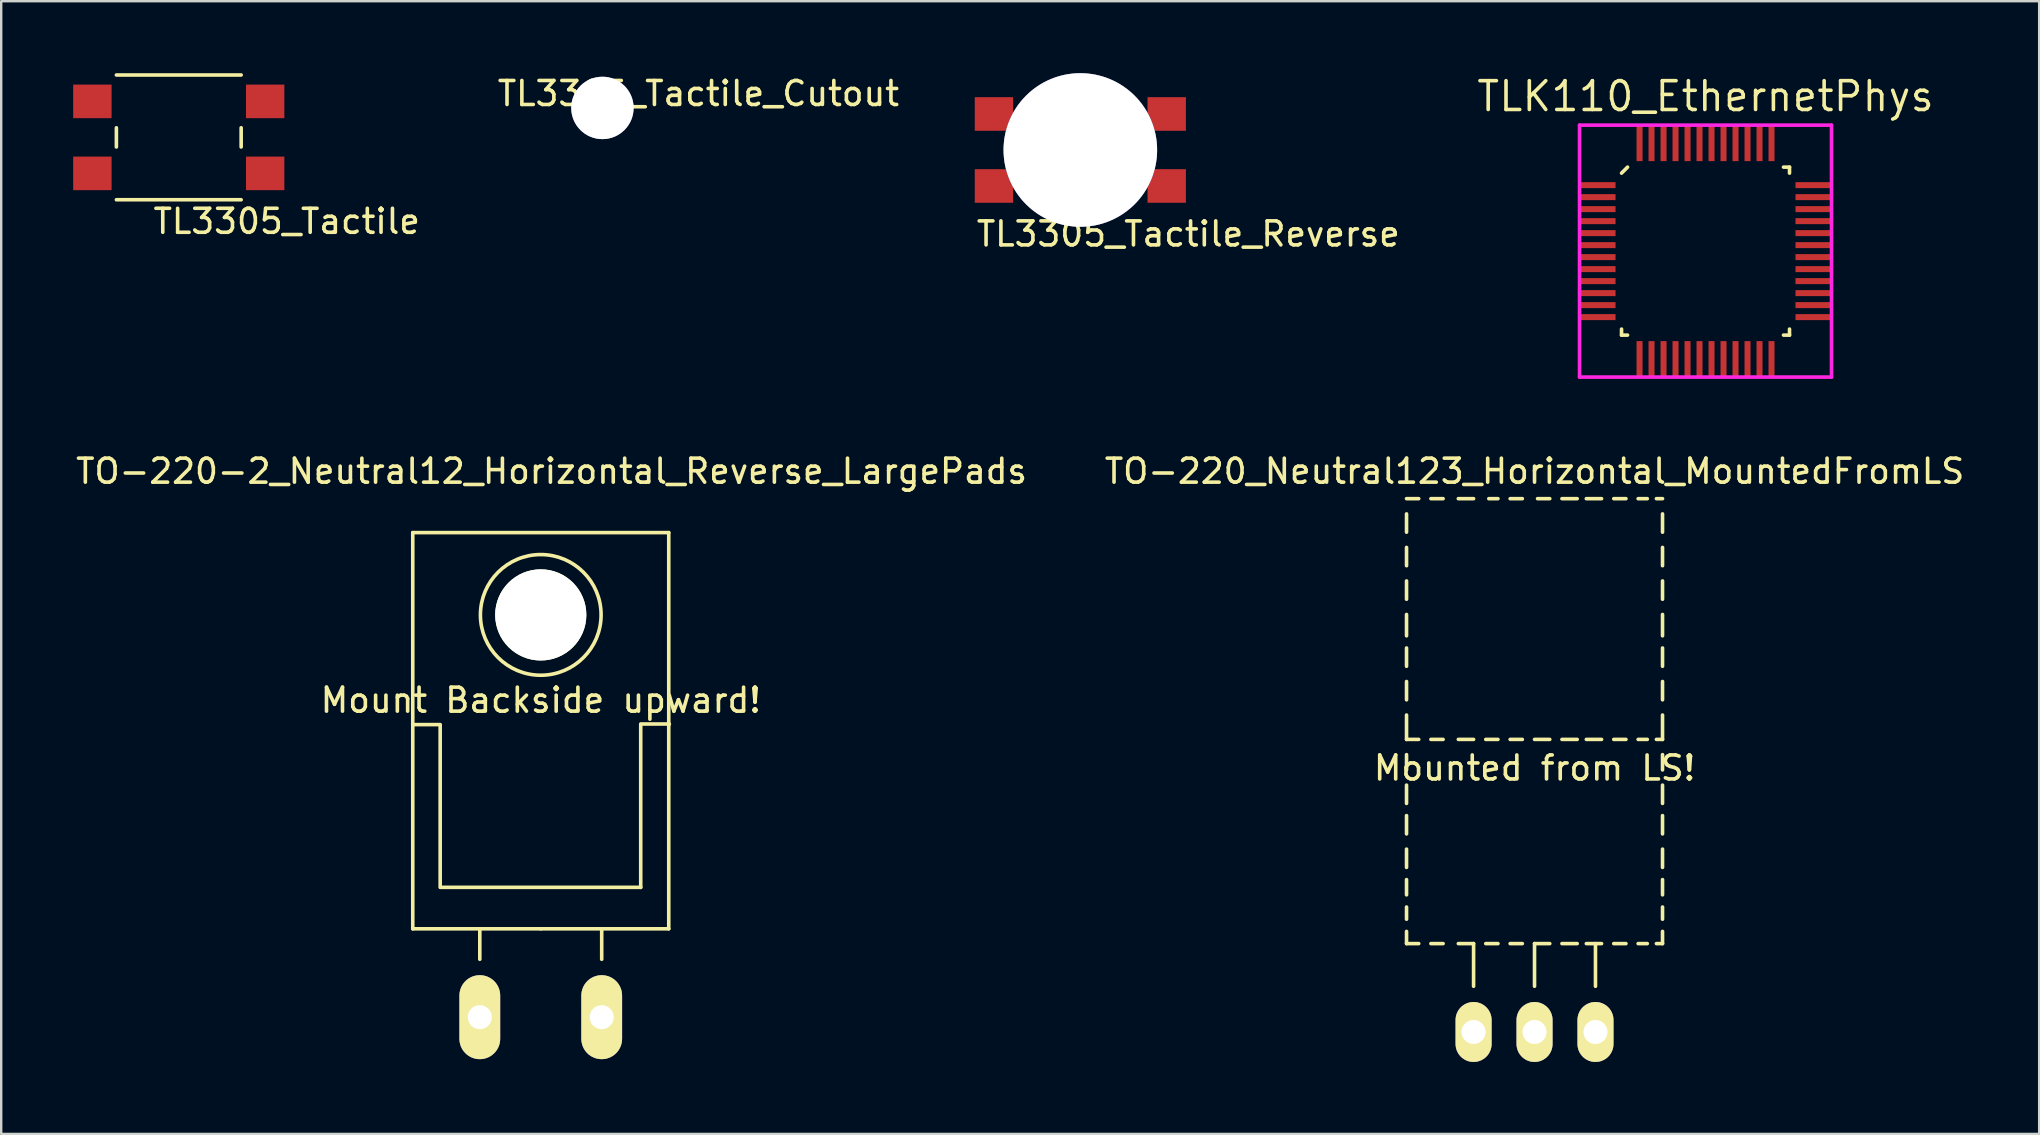
<source format=kicad_pcb>
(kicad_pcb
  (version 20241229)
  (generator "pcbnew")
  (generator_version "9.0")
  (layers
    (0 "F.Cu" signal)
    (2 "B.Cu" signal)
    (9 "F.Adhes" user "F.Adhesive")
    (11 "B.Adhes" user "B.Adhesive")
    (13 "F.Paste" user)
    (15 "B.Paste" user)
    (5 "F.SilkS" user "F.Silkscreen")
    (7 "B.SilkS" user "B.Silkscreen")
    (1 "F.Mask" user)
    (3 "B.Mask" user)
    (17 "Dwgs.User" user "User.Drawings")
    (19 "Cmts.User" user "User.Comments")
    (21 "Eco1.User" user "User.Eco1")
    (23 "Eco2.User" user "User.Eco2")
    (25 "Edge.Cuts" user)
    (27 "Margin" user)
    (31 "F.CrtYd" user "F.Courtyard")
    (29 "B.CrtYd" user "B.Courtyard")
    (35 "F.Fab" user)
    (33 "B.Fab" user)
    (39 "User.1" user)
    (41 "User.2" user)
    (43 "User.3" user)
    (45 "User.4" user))
  (footprint "TO-220_Neutral123_Horizontal_MountedFromLS"
    (layer "F.Cu")
    (at 60.899 39.956)
    (property "Reference" "TO-220_Neutral123_Horizontal_MountedFromLS" (at 0 -23.368 0) (layer "F.SilkS") (effects (font (size 1 1) (thickness 0.15))))
    (attr through_hole)
    (fp_line (start -5.334 -22.225) (end -4.826 -22.225) (stroke (width 0.15) (type solid)) (layer "F.SilkS"))
    (fp_line (start -5.334 -21.59) (end -5.334 -20.828) (stroke (width 0.15) (type solid)) (layer "F.SilkS"))
    (fp_line (start -5.334 -20.193) (end -5.334 -19.431) (stroke (width 0.15) (type solid)) (layer "F.SilkS"))
    (fp_line (start -5.334 -18.796) (end -5.334 -18.034) (stroke (width 0.15) (type solid)) (layer "F.SilkS"))
    (fp_line (start -5.334 -17.399) (end -5.334 -16.51) (stroke (width 0.15) (type solid)) (layer "F.SilkS"))
    (fp_line (start -5.334 -16.002) (end -5.334 -15.24) (stroke (width 0.15) (type solid)) (layer "F.SilkS"))
    (fp_line (start -5.334 -14.605) (end -5.334 -13.843) (stroke (width 0.15) (type solid)) (layer "F.SilkS"))
    (fp_line (start -5.334 -13.208) (end -5.334 -12.192) (stroke (width 0.15) (type solid)) (layer "F.SilkS"))
    (fp_line (start -5.334 -12.192) (end -4.826 -12.192) (stroke (width 0.15) (type solid)) (layer "F.SilkS"))
    (fp_line (start -5.334 -11.557) (end -5.334 -10.922) (stroke (width 0.15) (type solid)) (layer "F.SilkS"))
    (fp_line (start -5.334 -10.287) (end -5.334 -9.525) (stroke (width 0.15) (type solid)) (layer "F.SilkS"))
    (fp_line (start -5.334 -9.017) (end -5.334 -8.255) (stroke (width 0.15) (type solid)) (layer "F.SilkS"))
    (fp_line (start -5.334 -7.62) (end -5.334 -6.858) (stroke (width 0.15) (type solid)) (layer "F.SilkS"))
    (fp_line (start -5.334 -6.35) (end -5.334 -5.715) (stroke (width 0.15) (type solid)) (layer "F.SilkS"))
    (fp_line (start -5.334 -5.207) (end -5.334 -4.699) (stroke (width 0.15) (type solid)) (layer "F.SilkS"))
    (fp_line (start -5.334 -4.191) (end -5.334 -3.683) (stroke (width 0.15) (type solid)) (layer "F.SilkS"))
    (fp_line (start -5.334 -3.683) (end -4.826 -3.683) (stroke (width 0.15) (type solid)) (layer "F.SilkS"))
    (fp_line (start -4.318 -22.225) (end -3.81 -22.225) (stroke (width 0.15) (type solid)) (layer "F.SilkS"))
    (fp_line (start -4.318 -12.192) (end -3.81 -12.192) (stroke (width 0.15) (type solid)) (layer "F.SilkS"))
    (fp_line (start -4.318 -3.683) (end -3.81 -3.683) (stroke (width 0.15) (type solid)) (layer "F.SilkS"))
    (fp_line (start -3.175 -22.225) (end -2.54 -22.225) (stroke (width 0.15) (type solid)) (layer "F.SilkS"))
    (fp_line (start -3.175 -12.192) (end -2.54 -12.192) (stroke (width 0.15) (type solid)) (layer "F.SilkS"))
    (fp_line (start -3.175 -3.683) (end -2.54 -3.683) (stroke (width 0.15) (type solid)) (layer "F.SilkS"))
    (fp_line (start -2.54 -3.683) (end -2.54 -1.905) (stroke (width 0.15) (type solid)) (layer "F.SilkS"))
    (fp_line (start -2.032 -12.192) (end -1.524 -12.192) (stroke (width 0.15) (type solid)) (layer "F.SilkS"))
    (fp_line (start -2.032 -3.683) (end -1.524 -3.683) (stroke (width 0.15) (type solid)) (layer "F.SilkS"))
    (fp_line (start -1.905 -22.225) (end -1.524 -22.225) (stroke (width 0.15) (type solid)) (layer "F.SilkS"))
    (fp_line (start -1.016 -22.225) (end -0.508 -22.225) (stroke (width 0.15) (type solid)) (layer "F.SilkS"))
    (fp_line (start -1.016 -12.192) (end -0.508 -12.192) (stroke (width 0.15) (type solid)) (layer "F.SilkS"))
    (fp_line (start -1.016 -3.683) (end -0.508 -3.683) (stroke (width 0.15) (type solid)) (layer "F.SilkS"))
    (fp_line (start 0 -12.192) (end 0.635 -12.192) (stroke (width 0.15) (type solid)) (layer "F.SilkS"))
    (fp_line (start 0 -3.683) (end 0 -1.905) (stroke (width 0.15) (type solid)) (layer "F.SilkS"))
    (fp_line (start 0 -3.683) (end 0.635 -3.683) (stroke (width 0.15) (type solid)) (layer "F.SilkS"))
    (fp_line (start 0.127 -22.225) (end 0.635 -22.225) (stroke (width 0.15) (type solid)) (layer "F.SilkS"))
    (fp_line (start 1.143 -22.225) (end 1.778 -22.225) (stroke (width 0.15) (type solid)) (layer "F.SilkS"))
    (fp_line (start 1.143 -12.192) (end 1.778 -12.192) (stroke (width 0.15) (type solid)) (layer "F.SilkS"))
    (fp_line (start 1.143 -3.683) (end 1.778 -3.683) (stroke (width 0.15) (type solid)) (layer "F.SilkS"))
    (fp_line (start 2.159 -22.225) (end 2.794 -22.225) (stroke (width 0.15) (type solid)) (layer "F.SilkS"))
    (fp_line (start 2.159 -12.192) (end 2.794 -12.192) (stroke (width 0.15) (type solid)) (layer "F.SilkS"))
    (fp_line (start 2.159 -3.683) (end 2.794 -3.683) (stroke (width 0.15) (type solid)) (layer "F.SilkS"))
    (fp_line (start 2.54 -3.683) (end 2.54 -1.905) (stroke (width 0.15) (type solid)) (layer "F.SilkS"))
    (fp_line (start 3.302 -22.225) (end 3.81 -22.225) (stroke (width 0.15) (type solid)) (layer "F.SilkS"))
    (fp_line (start 3.302 -12.192) (end 3.81 -12.192) (stroke (width 0.15) (type solid)) (layer "F.SilkS"))
    (fp_line (start 3.302 -3.683) (end 3.81 -3.683) (stroke (width 0.15) (type solid)) (layer "F.SilkS"))
    (fp_line (start 4.318 -22.225) (end 4.699 -22.225) (stroke (width 0.15) (type solid)) (layer "F.SilkS"))
    (fp_line (start 4.318 -12.192) (end 4.699 -12.192) (stroke (width 0.15) (type solid)) (layer "F.SilkS"))
    (fp_line (start 4.318 -3.683) (end 4.699 -3.683) (stroke (width 0.15) (type solid)) (layer "F.SilkS"))
    (fp_line (start 5.08 -22.225) (end 5.334 -22.225) (stroke (width 0.15) (type solid)) (layer "F.SilkS"))
    (fp_line (start 5.08 -12.192) (end 5.334 -12.192) (stroke (width 0.15) (type solid)) (layer "F.SilkS"))
    (fp_line (start 5.08 -3.683) (end 5.334 -3.683) (stroke (width 0.15) (type solid)) (layer "F.SilkS"))
    (fp_line (start 5.334 -21.59) (end 5.334 -20.828) (stroke (width 0.15) (type solid)) (layer "F.SilkS"))
    (fp_line (start 5.334 -20.193) (end 5.334 -19.431) (stroke (width 0.15) (type solid)) (layer "F.SilkS"))
    (fp_line (start 5.334 -18.796) (end 5.334 -18.034) (stroke (width 0.15) (type solid)) (layer "F.SilkS"))
    (fp_line (start 5.334 -17.399) (end 5.334 -16.51) (stroke (width 0.15) (type solid)) (layer "F.SilkS"))
    (fp_line (start 5.334 -16.002) (end 5.334 -15.24) (stroke (width 0.15) (type solid)) (layer "F.SilkS"))
    (fp_line (start 5.334 -14.605) (end 5.334 -13.843) (stroke (width 0.15) (type solid)) (layer "F.SilkS"))
    (fp_line (start 5.334 -13.208) (end 5.334 -12.192) (stroke (width 0.15) (type solid)) (layer "F.SilkS"))
    (fp_line (start 5.334 -11.557) (end 5.334 -10.922) (stroke (width 0.15) (type solid)) (layer "F.SilkS"))
    (fp_line (start 5.334 -10.287) (end 5.334 -9.525) (stroke (width 0.15) (type solid)) (layer "F.SilkS"))
    (fp_line (start 5.334 -9.017) (end 5.334 -8.255) (stroke (width 0.15) (type solid)) (layer "F.SilkS"))
    (fp_line (start 5.334 -7.62) (end 5.334 -6.858) (stroke (width 0.15) (type solid)) (layer "F.SilkS"))
    (fp_line (start 5.334 -6.35) (end 5.334 -5.715) (stroke (width 0.15) (type solid)) (layer "F.SilkS"))
    (fp_line (start 5.334 -5.207) (end 5.334 -4.699) (stroke (width 0.15) (type solid)) (layer "F.SilkS"))
    (fp_line (start 5.334 -4.191) (end 5.334 -3.683) (stroke (width 0.15) (type solid)) (layer "F.SilkS"))
    (fp_text user "Mounted from LS!" (at 0 -11 0) (layer "F.SilkS") (effects (font (size 1 1) (thickness 0.15))))
    (pad "1" thru_hole oval (at 2.54 0 90) (size 2.499 1.501) (drill 1.001) (layers "*.Cu" "*.Mask" "F.SilkS"))
    (pad "2" thru_hole oval (at 0 0 90) (size 2.499 1.501) (drill 1.001) (layers "*.Cu" "*.Mask" "F.SilkS"))
    (pad "3" thru_hole oval (at -2.54 0 90) (size 2.499 1.501) (drill 1.001) (layers "*.Cu" "*.Mask" "F.SilkS")))
  (footprint "TL3305_Tactile"
    (layer "F.Cu")
    (at 4.4 2.675)
    (property "Reference" "TL3305_Tactile" (at 4.5 3.5 0) (layer "F.SilkS") (effects (font (size 1 1) (thickness 0.15))))
    (attr through_hole)
    (fp_line (start -2.6 -2.6) (end 2.6 -2.6) (stroke (width 0.15) (type solid)) (layer "F.SilkS"))
    (fp_line (start -2.6 -0.4) (end -2.6 0.4) (stroke (width 0.15) (type solid)) (layer "F.SilkS"))
    (fp_line (start -2.6 2.6) (end 2.6 2.6) (stroke (width 0.15) (type solid)) (layer "F.SilkS"))
    (fp_line (start 2.6 -0.4) (end 2.6 0.4) (stroke (width 0.15) (type solid)) (layer "F.SilkS"))
    (pad "1" smd rect (at -3.6 1.5) (size 1.6 1.4) (layers "F.Cu" "F.Mask" "F.Paste"))
    (pad "1" smd rect (at 3.6 1.5) (size 1.6 1.4) (layers "F.Cu" "F.Mask" "F.Paste"))
    (pad "2" smd rect (at -3.6 -1.5) (size 1.6 1.4) (layers "F.Cu" "F.Mask" "F.Paste"))
    (pad "2" smd rect (at 3.6 -1.5) (size 1.6 1.4) (layers "F.Cu" "F.Mask" "F.Paste")))
  (footprint "TL3305_Tactile_Reverse"
    (layer "F.Cu")
    (at 41.971 3.2)
    (property "Reference" "TL3305_Tactile_Reverse" (at 4.5 3.5 0) (layer "F.SilkS") (effects (font (size 1 1) (thickness 0.15))))
    (attr through_hole)
    (pad "" thru_hole circle (at 0 0) (size 6.4 6.4) (drill 6.4) (layers "*.Cu" "*.Mask"))
    (pad "1" smd rect (at -3.6 1.5) (size 1.6 1.4) (layers "F.Cu" "F.Mask" "F.Paste"))
    (pad "1" smd rect (at 3.6 1.5) (size 1.6 1.4) (layers "F.Cu" "F.Mask" "F.Paste"))
    (pad "2" smd rect (at -3.6 -1.5) (size 1.6 1.4) (layers "F.Cu" "F.Mask" "F.Paste"))
    (pad "2" smd rect (at 3.6 -1.5) (size 1.6 1.4) (layers "F.Cu" "F.Mask" "F.Paste")))
  (footprint "TLK110_EthernetPhys"
    (layer "F.Cu")
    (at 68.025 7.415)
    (property "Reference" "TLK110_EthernetPhys" (at 0 -6.45 0) (layer "F.SilkS") (effects (font (size 1.2 1.2) (thickness 0.15))))
    (attr through_hole)
    (fp_line (start -3.5 -3.25) (end -3.25 -3.5) (stroke (width 0.15) (type solid)) (layer "F.SilkS"))
    (fp_line (start -3.5 3.5) (end -3.5 3.25) (stroke (width 0.15) (type solid)) (layer "F.SilkS"))
    (fp_line (start -3.25 3.5) (end -3.5 3.5) (stroke (width 0.15) (type solid)) (layer "F.SilkS"))
    (fp_line (start 3.25 -3.5) (end 3.5 -3.5) (stroke (width 0.15) (type solid)) (layer "F.SilkS"))
    (fp_line (start 3.25 3.5) (end 3.5 3.5) (stroke (width 0.15) (type solid)) (layer "F.SilkS"))
    (fp_line (start 3.5 -3.5) (end 3.5 -3.25) (stroke (width 0.15) (type solid)) (layer "F.SilkS"))
    (fp_line (start 3.5 3.5) (end 3.5 3.25) (stroke (width 0.15) (type solid)) (layer "F.SilkS"))
    (fp_line (start -5.25 -5.25) (end 5.25 -5.25) (stroke (width 0.15) (type solid)) (layer "F.CrtYd"))
    (fp_line (start -5.25 5.25) (end -5.25 -5.25) (stroke (width 0.15) (type solid)) (layer "F.CrtYd"))
    (fp_line (start 5.25 -5.25) (end 5.25 5.25) (stroke (width 0.15) (type solid)) (layer "F.CrtYd"))
    (fp_line (start 5.25 5.25) (end -5.25 5.25) (stroke (width 0.15) (type solid)) (layer "F.CrtYd"))
    (pad "1" smd rect (at -4.5 -2.75 90) (size 0.25 1.5) (layers "F.Cu" "F.Mask" "F.Paste"))
    (pad "2" smd rect (at -4.5 -2.25 90) (size 0.25 1.5) (layers "F.Cu" "F.Mask" "F.Paste"))
    (pad "3" smd rect (at -4.5 -1.75 90) (size 0.25 1.5) (layers "F.Cu" "F.Mask" "F.Paste"))
    (pad "4" smd rect (at -4.5 -1.25 90) (size 0.25 1.5) (layers "F.Cu" "F.Mask" "F.Paste"))
    (pad "5" smd rect (at -4.5 -0.75 90) (size 0.25 1.5) (layers "F.Cu" "F.Mask" "F.Paste"))
    (pad "6" smd rect (at -4.5 -0.25 90) (size 0.25 1.5) (layers "F.Cu" "F.Mask" "F.Paste"))
    (pad "7" smd rect (at -4.5 0.25 90) (size 0.25 1.5) (layers "F.Cu" "F.Mask" "F.Paste"))
    (pad "8" smd rect (at -4.5 0.75 90) (size 0.25 1.5) (layers "F.Cu" "F.Mask" "F.Paste"))
    (pad "9" smd rect (at -4.5 1.25 90) (size 0.25 1.5) (layers "F.Cu" "F.Mask" "F.Paste"))
    (pad "10" smd rect (at -4.5 1.75 90) (size 0.25 1.5) (layers "F.Cu" "F.Mask" "F.Paste"))
    (pad "11" smd rect (at -4.5 2.25 90) (size 0.25 1.5) (layers "F.Cu" "F.Mask" "F.Paste"))
    (pad "12" smd rect (at -4.5 2.75 90) (size 0.25 1.5) (layers "F.Cu" "F.Mask" "F.Paste"))
    (pad "13" smd rect (at -2.75 4.5) (size 0.25 1.5) (layers "F.Cu" "F.Mask" "F.Paste"))
    (pad "14" smd rect (at -2.25 4.5) (size 0.25 1.5) (layers "F.Cu" "F.Mask" "F.Paste"))
    (pad "15" smd rect (at -1.75 4.5) (size 0.25 1.5) (layers "F.Cu" "F.Mask" "F.Paste"))
    (pad "16" smd rect (at -1.25 4.5) (size 0.25 1.5) (layers "F.Cu" "F.Mask" "F.Paste"))
    (pad "17" smd rect (at -0.75 4.5) (size 0.25 1.5) (layers "F.Cu" "F.Mask" "F.Paste"))
    (pad "18" smd rect (at -0.25 4.5) (size 0.25 1.5) (layers "F.Cu" "F.Mask" "F.Paste"))
    (pad "19" smd rect (at 0.25 4.5) (size 0.25 1.5) (layers "F.Cu" "F.Mask" "F.Paste"))
    (pad "20" smd rect (at 0.75 4.5) (size 0.25 1.5) (layers "F.Cu" "F.Mask" "F.Paste"))
    (pad "21" smd rect (at 1.25 4.5) (size 0.25 1.5) (layers "F.Cu" "F.Mask" "F.Paste"))
    (pad "22" smd rect (at 1.75 4.5) (size 0.25 1.5) (layers "F.Cu" "F.Mask" "F.Paste"))
    (pad "23" smd rect (at 2.25 4.5) (size 0.25 1.5) (layers "F.Cu" "F.Mask" "F.Paste"))
    (pad "24" smd rect (at 2.75 4.5) (size 0.25 1.5) (layers "F.Cu" "F.Mask" "F.Paste"))
    (pad "25" smd rect (at 4.5 2.75 90) (size 0.25 1.5) (layers "F.Cu" "F.Mask" "F.Paste"))
    (pad "26" smd rect (at 4.5 2.25 90) (size 0.25 1.5) (layers "F.Cu" "F.Mask" "F.Paste"))
    (pad "27" smd rect (at 4.5 1.75 90) (size 0.25 1.5) (layers "F.Cu" "F.Mask" "F.Paste"))
    (pad "28" smd rect (at 4.5 1.25 90) (size 0.25 1.5) (layers "F.Cu" "F.Mask" "F.Paste"))
    (pad "29" smd rect (at 4.5 0.75 90) (size 0.25 1.5) (layers "F.Cu" "F.Mask" "F.Paste"))
    (pad "30" smd rect (at 4.5 0.25 90) (size 0.25 1.5) (layers "F.Cu" "F.Mask" "F.Paste"))
    (pad "31" smd rect (at 4.5 -0.25 90) (size 0.25 1.5) (layers "F.Cu" "F.Mask" "F.Paste"))
    (pad "32" smd rect (at 4.5 -0.75 90) (size 0.25 1.5) (layers "F.Cu" "F.Mask" "F.Paste"))
    (pad "33" smd rect (at 4.5 -1.25 90) (size 0.25 1.5) (layers "F.Cu" "F.Mask" "F.Paste"))
    (pad "34" smd rect (at 4.5 -1.75 90) (size 0.25 1.5) (layers "F.Cu" "F.Mask" "F.Paste"))
    (pad "35" smd rect (at 4.5 -2.25 90) (size 0.25 1.5) (layers "F.Cu" "F.Mask" "F.Paste"))
    (pad "36" smd rect (at 4.5 -2.75 90) (size 0.25 1.5) (layers "F.Cu" "F.Mask" "F.Paste"))
    (pad "37" smd rect (at 2.75 -4.5) (size 0.25 1.5) (layers "F.Cu" "F.Mask" "F.Paste"))
    (pad "38" smd rect (at 2.25 -4.5) (size 0.25 1.5) (layers "F.Cu" "F.Mask" "F.Paste"))
    (pad "39" smd rect (at 1.75 -4.5) (size 0.25 1.5) (layers "F.Cu" "F.Mask" "F.Paste"))
    (pad "40" smd rect (at 1.25 -4.5) (size 0.25 1.5) (layers "F.Cu" "F.Mask" "F.Paste"))
    (pad "41" smd rect (at 0.75 -4.5) (size 0.25 1.5) (layers "F.Cu" "F.Mask" "F.Paste"))
    (pad "42" smd rect (at 0.25 -4.5) (size 0.25 1.5) (layers "F.Cu" "F.Mask" "F.Paste"))
    (pad "43" smd rect (at -0.25 -4.5) (size 0.25 1.5) (layers "F.Cu" "F.Mask" "F.Paste"))
    (pad "44" smd rect (at -0.75 -4.5) (size 0.25 1.5) (layers "F.Cu" "F.Mask" "F.Paste"))
    (pad "45" smd rect (at -1.25 -4.5) (size 0.25 1.5) (layers "F.Cu" "F.Mask" "F.Paste"))
    (pad "46" smd rect (at -1.75 -4.5) (size 0.25 1.5) (layers "F.Cu" "F.Mask" "F.Paste"))
    (pad "47" smd rect (at -2.25 -4.5) (size 0.25 1.5) (layers "F.Cu" "F.Mask" "F.Paste"))
    (pad "48" smd rect (at -2.75 -4.5) (size 0.25 1.5) (layers "F.Cu" "F.Mask" "F.Paste")))
  (footprint "TL3305_Tactile_Cutout"
    (layer "F.Cu")
    (at 22.055 1.448)
    (property "Reference" "TL3305_Tactile_Cutout" (at 4 -0.6 0) (layer "F.SilkS") (effects (font (size 1 1) (thickness 0.15))))
    (attr through_hole)
    (pad "" thru_hole circle (at 0 0) (size 2.6 2.6) (drill 2.6) (layers "*.Cu" "*.Mask")))
  (footprint "TO-220-2_Neutral12_Horizontal_Reverse_LargePads"
    (layer "F.Cu")
    (at 19.485 39.339)
    (property "Reference" "TO-220-2_Neutral12_Horizontal_Reverse_LargePads" (at 0.45 -22.751 0) (layer "F.SilkS") (effects (font (size 1 1) (thickness 0.15))))
    (attr through_hole)
    (fp_line (start -5.334 -20.193) (end -5.334 -12.192) (stroke (width 0.15) (type solid)) (layer "F.SilkS"))
    (fp_line (start -5.334 -12.192) (end -5.334 -3.683) (stroke (width 0.15) (type solid)) (layer "F.SilkS"))
    (fp_line (start -4.191 -12.192) (end -5.334 -12.192) (stroke (width 0.15) (type solid)) (layer "F.SilkS"))
    (fp_line (start -4.191 -5.41) (end -4.191 -12.167) (stroke (width 0.15) (type solid)) (layer "F.SilkS"))
    (fp_line (start -2.54 -3.683) (end -2.54 -2.413) (stroke (width 0.15) (type solid)) (layer "F.SilkS"))
    (fp_line (start 0 -3.683) (end -5.334 -3.683) (stroke (width 0.15) (type solid)) (layer "F.SilkS"))
    (fp_line (start 0 -3.683) (end 5.334 -3.683) (stroke (width 0.15) (type solid)) (layer "F.SilkS"))
    (fp_line (start 2.54 -3.683) (end 2.54 -2.413) (stroke (width 0.15) (type solid)) (layer "F.SilkS"))
    (fp_line (start 4.166 -12.217) (end 5.359 -12.217) (stroke (width 0.15) (type solid)) (layer "F.SilkS"))
    (fp_line (start 4.166 -12.192) (end 4.166 -5.41) (stroke (width 0.15) (type solid)) (layer "F.SilkS"))
    (fp_line (start 4.166 -5.41) (end -4.166 -5.41) (stroke (width 0.15) (type solid)) (layer "F.SilkS"))
    (fp_line (start 5.334 -20.193) (end -5.334 -20.193) (stroke (width 0.15) (type solid)) (layer "F.SilkS"))
    (fp_line (start 5.334 -12.192) (end 5.334 -20.193) (stroke (width 0.15) (type solid)) (layer "F.SilkS"))
    (fp_line (start 5.334 -3.683) (end 5.334 -12.192) (stroke (width 0.15) (type solid)) (layer "F.SilkS"))
    (fp_circle (center 0 -16.764) (end 1.778 -14.986) (stroke (width 0.15) (type solid)) (fill no) (layer "F.SilkS"))
    (fp_text user "Mount Backside upward!" (at 0 -13.208 0) (layer "F.SilkS") (effects (font (size 1 1) (thickness 0.15))))
    (pad "" np_thru_hole circle (at 0 -16.764 90) (size 3.8 3.8) (drill 3.8) (layers "*.Cu" "*.Mask" "F.SilkS"))
    (pad "1" thru_hole oval (at 2.54 0 90) (size 3.5 1.699) (drill 1.001) (layers "*.Cu" "*.Mask" "F.SilkS"))
    (pad "2" thru_hole oval (at -2.54 0 90) (size 3.5 1.699) (drill 1.001) (layers "*.Cu" "*.Mask" "F.SilkS")))
  (gr_rect
    (start -3 -3)
    (end 81.929 44.206)
    (stroke (width 0.1) (type default))
    (fill no)
    (layer "Edge.Cuts")))
</source>
